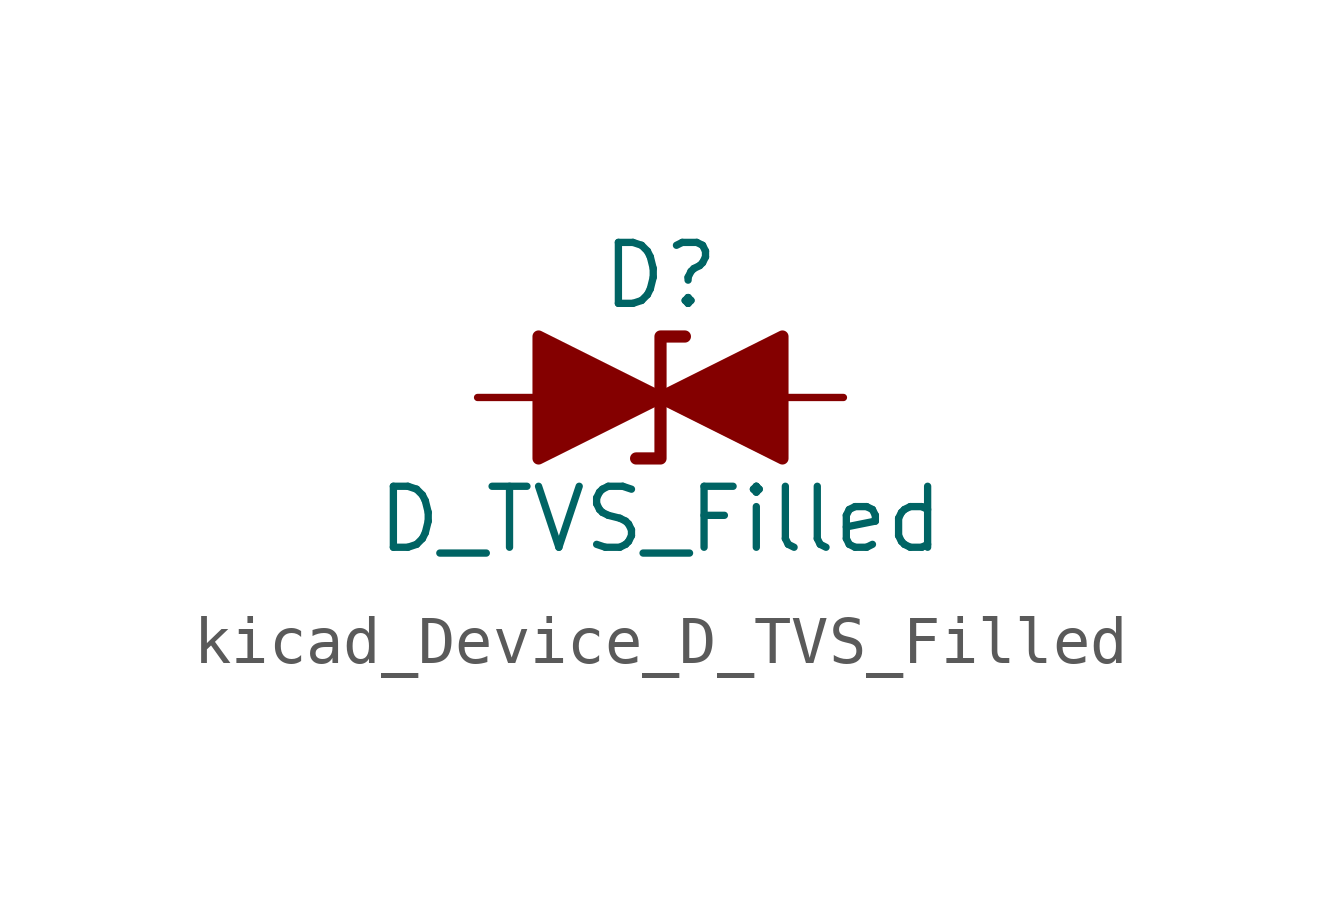
<source format=kicad_sym>
(kicad_symbol_lib
  (version 20220914)
  (generator kicad_symbol_editor)
  (symbol "kicad_Device_D_TVS_Filled"
    (pin_numbers hide)
    (pin_names
      (offset 1.016) hide)
    (property "Reference" "D"
      (at 0 2.54 0)
      (effects (font (size 1.27 1.27))))
    (property "Value" "D_TVS_Filled"
      (at 0 -2.54 0)
      (effects (font (size 1.27 1.27))))
    (symbol "kicad_Device_D_TVS_Filled_0_1"
      (polyline (pts (xy 1.27 0) (xy -1.27 0)) (stroke (width 0) (type default)) (fill (type none)))
      (polyline (pts (xy -2.54 -1.27) (xy 0 0) (xy -2.54 1.27) (xy -2.54 -1.27)) (stroke (width 0.254) (type default)) (fill (type outline)))
      (polyline (pts (xy 0.508 1.27) (xy 0 1.27) (xy 0 -1.27) (xy -0.508 -1.27)) (stroke (width 0.254) (type default)) (fill (type none)))
      (polyline (pts (xy 2.54 1.27) (xy 2.54 -1.27) (xy 0 0) (xy 2.54 1.27)) (stroke (width 0.254) (type default)) (fill (type outline))))
    (symbol "kicad_Device_D_TVS_Filled_1_1"
      (pin passive line (at -3.81 0 0) (length 2.54) (name "A1" (effects (font (size 1.27 1.27)))) (number "1" (effects (font (size 1.27 1.27)))))
      (pin passive line (at 3.81 0 180) (length 2.54) (name "A2" (effects (font (size 1.27 1.27)))) (number "2" (effects (font (size 1.27 1.27))))))))
</source>
